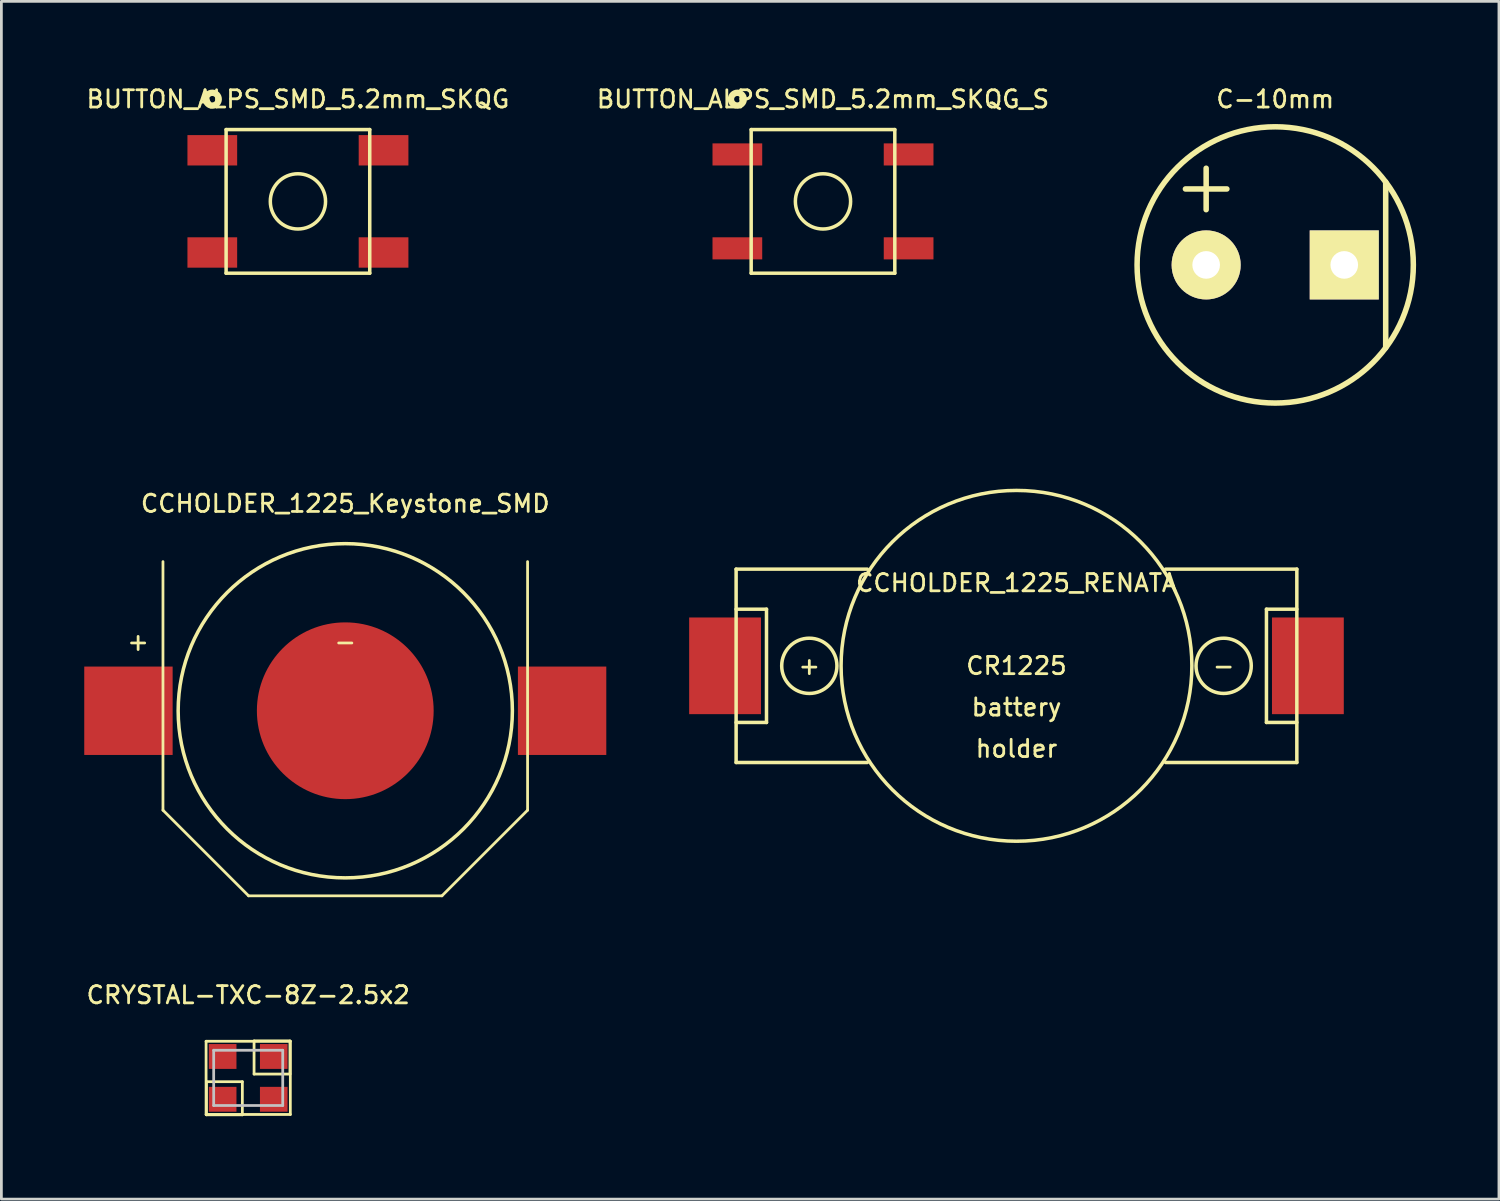
<source format=kicad_pcb>
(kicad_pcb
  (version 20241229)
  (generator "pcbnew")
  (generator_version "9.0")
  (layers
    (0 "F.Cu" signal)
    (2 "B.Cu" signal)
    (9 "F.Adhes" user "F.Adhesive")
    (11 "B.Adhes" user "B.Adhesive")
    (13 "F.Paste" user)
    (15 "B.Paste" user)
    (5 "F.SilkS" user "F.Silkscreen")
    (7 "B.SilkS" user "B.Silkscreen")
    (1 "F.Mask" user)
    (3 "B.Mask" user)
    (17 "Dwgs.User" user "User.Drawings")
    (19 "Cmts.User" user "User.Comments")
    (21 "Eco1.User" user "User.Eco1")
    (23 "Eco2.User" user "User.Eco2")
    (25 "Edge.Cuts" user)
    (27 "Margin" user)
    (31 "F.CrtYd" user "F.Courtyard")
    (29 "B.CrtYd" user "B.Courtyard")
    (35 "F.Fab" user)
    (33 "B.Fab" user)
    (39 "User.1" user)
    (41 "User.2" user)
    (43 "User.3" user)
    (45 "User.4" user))
  (footprint "BUTTON_ALPS_SMD_5.2mm_SKQG_S"
    (layer "F.Cu")
    (at 26.745 4.241)
    (property "Reference" "BUTTON_ALPS_SMD_5.2mm_SKQG_S" (at 0 -3.7 0) (layer "F.SilkS") (effects (font (size 0.625 0.625) (thickness 0.1))))
    (attr through_hole)
    (fp_line (start -2.6 -2.6) (end 2.6 -2.6) (stroke (width 0.127) (type solid)) (layer "F.SilkS"))
    (fp_line (start -2.6 2.6) (end -2.6 -2.6) (stroke (width 0.127) (type solid)) (layer "F.SilkS"))
    (fp_line (start 2.6 -2.6) (end 2.6 2.6) (stroke (width 0.127) (type solid)) (layer "F.SilkS"))
    (fp_line (start 2.6 2.6) (end -2.6 2.6) (stroke (width 0.127) (type solid)) (layer "F.SilkS"))
    (fp_circle (center -3.1 -3.7) (end -2.936 -3.536) (stroke (width 0.231) (type solid)) (fill no) (layer "F.SilkS"))
    (fp_circle (center 0 0) (end 0.707 0.707) (stroke (width 0.127) (type solid)) (fill no) (layer "F.SilkS"))
    (pad "1" smd rect (at -3.1 -1.7 180) (size 1.8 0.8) (layers "F.Cu" "F.Mask" "F.Paste"))
    (pad "2" smd rect (at -3.1 1.7 180) (size 1.8 0.8) (layers "F.Cu" "F.Mask" "F.Paste"))
    (pad "3" smd rect (at 3.1 1.7) (size 1.8 0.8) (layers "F.Cu" "F.Mask" "F.Paste"))
    (pad "4" smd rect (at 3.1 -1.7) (size 1.8 0.8) (layers "F.Cu" "F.Mask" "F.Paste")))
  (footprint "BUTTON_ALPS_SMD_5.2mm_SKQG"
    (layer "F.Cu")
    (at 7.736 4.241)
    (property "Reference" "BUTTON_ALPS_SMD_5.2mm_SKQG" (at 0 -3.7 0) (layer "F.SilkS") (effects (font (size 0.625 0.625) (thickness 0.1))))
    (attr through_hole)
    (fp_line (start -2.6 -2.6) (end 2.6 -2.6) (stroke (width 0.127) (type solid)) (layer "F.SilkS"))
    (fp_line (start -2.6 2.6) (end -2.6 -2.6) (stroke (width 0.127) (type solid)) (layer "F.SilkS"))
    (fp_line (start 2.6 -2.6) (end 2.6 2.6) (stroke (width 0.127) (type solid)) (layer "F.SilkS"))
    (fp_line (start 2.6 2.6) (end -2.6 2.6) (stroke (width 0.127) (type solid)) (layer "F.SilkS"))
    (fp_circle (center -3.1 -3.7) (end -2.936 -3.536) (stroke (width 0.231) (type solid)) (fill no) (layer "F.SilkS"))
    (fp_circle (center 0 0) (end 0.707 0.707) (stroke (width 0.127) (type solid)) (fill no) (layer "F.SilkS"))
    (pad "1" smd rect (at -3.1 -1.85) (size 1.8 1.1) (layers "F.Cu" "F.Mask" "F.Paste"))
    (pad "2" smd rect (at -3.1 1.85) (size 1.8 1.1) (layers "F.Cu" "F.Mask" "F.Paste"))
    (pad "3" smd rect (at 3.1 -1.85) (size 1.8 1.1) (layers "F.Cu" "F.Mask" "F.Paste"))
    (pad "4" smd rect (at 3.1 1.85) (size 1.8 1.1) (layers "F.Cu" "F.Mask" "F.Paste")))
  (footprint "CRYSTAL-TXC-8Z-2.5x2"
    (layer "F.Cu")
    (at 5.936 35.973)
    (property "Reference" "CRYSTAL-TXC-8Z-2.5x2" (at 0 -3 0) (layer "F.SilkS") (effects (font (size 0.625 0.625) (thickness 0.1))))
    (attr through_hole)
    (fp_line (start -1.525 -1.325) (end -1.525 1.325) (stroke (width 0.1) (type solid)) (layer "F.SilkS"))
    (fp_line (start -1.525 1.325) (end 1.525 1.325) (stroke (width 0.1) (type solid)) (layer "F.SilkS"))
    (fp_line (start -1.512 0.138) (end -1.512 1.337) (stroke (width 0.1) (type solid)) (layer "F.SilkS"))
    (fp_line (start -1.512 1.337) (end -0.212 1.337) (stroke (width 0.1) (type solid)) (layer "F.SilkS"))
    (fp_line (start -0.212 0.138) (end -1.512 0.138) (stroke (width 0.1) (type solid)) (layer "F.SilkS"))
    (fp_line (start -0.212 1.337) (end -0.212 0.138) (stroke (width 0.1) (type solid)) (layer "F.SilkS"))
    (fp_line (start 0.212 -1.337) (end 0.212 -0.138) (stroke (width 0.1) (type solid)) (layer "F.SilkS"))
    (fp_line (start 0.212 -0.138) (end 1.512 -0.138) (stroke (width 0.1) (type solid)) (layer "F.SilkS"))
    (fp_line (start 1.512 -1.337) (end 0.212 -1.337) (stroke (width 0.1) (type solid)) (layer "F.SilkS"))
    (fp_line (start 1.512 -0.138) (end 1.512 -1.337) (stroke (width 0.1) (type solid)) (layer "F.SilkS"))
    (fp_line (start 1.525 -1.325) (end -1.525 -1.325) (stroke (width 0.1) (type solid)) (layer "F.SilkS"))
    (fp_line (start 1.525 1.325) (end 1.525 -1.325) (stroke (width 0.1) (type solid)) (layer "F.SilkS"))
    (fp_line (start -1.25 -1) (end -1.25 1) (stroke (width 0.1) (type solid)) (layer "Dwgs.User"))
    (fp_line (start -1.25 1) (end 1.25 1) (stroke (width 0.1) (type solid)) (layer "Dwgs.User"))
    (fp_line (start 1.25 -1) (end -1.25 -1) (stroke (width 0.1) (type solid)) (layer "Dwgs.User"))
    (fp_line (start 1.25 1) (end 1.25 -1) (stroke (width 0.1) (type solid)) (layer "Dwgs.User"))
    (pad "1" smd rect (at -0.925 0.775 270) (size 0.9 1) (layers "F.Cu" "F.Mask" "F.Paste"))
    (pad "2" smd rect (at 0.925 0.775 270) (size 0.9 1) (layers "F.Cu" "F.Mask" "F.Paste"))
    (pad "3" smd rect (at 0.925 -0.775 90) (size 0.9 1) (layers "F.Cu" "F.Mask" "F.Paste"))
    (pad "4" smd rect (at -0.925 -0.775 90) (size 0.9 1) (layers "F.Cu" "F.Mask" "F.Paste")))
  (footprint "C-10mm"
    (layer "F.Cu")
    (at 43.117 6.541)
    (property "Reference" "C-10mm" (at 0 -6 0) (layer "F.SilkS") (effects (font (size 0.625 0.625) (thickness 0.1))))
    (attr through_hole)
    (fp_line (start -3.25 -2.75) (end -1.75 -2.75) (stroke (width 0.2) (type solid)) (layer "F.SilkS"))
    (fp_line (start -2.5 -2) (end -2.5 -3.5) (stroke (width 0.2) (type solid)) (layer "F.SilkS"))
    (fp_line (start 4 -3) (end 4 3) (stroke (width 0.2) (type solid)) (layer "F.SilkS"))
    (fp_circle (center 0 0) (end 3.536 3.536) (stroke (width 0.2) (type solid)) (fill no) (layer "F.SilkS"))
    (pad "1" thru_hole circle (at -2.5 0) (size 2.5 2.5) (drill 1) (layers "*.Cu" "*.Mask" "F.SilkS"))
    (pad "2" thru_hole rect (at 2.5 0) (size 2.5 2.5) (drill 1) (layers "*.Cu" "*.Mask" "F.SilkS")))
  (footprint "CCHOLDER_1225_Keystone_SMD"
    (layer "F.Cu")
    (at 9.45 22.682)
    (property "Reference" "CCHOLDER_1225_Keystone_SMD" (at 0 -7.5 0) (layer "F.SilkS") (effects (font (size 0.625 0.625) (thickness 0.1))))
    (attr through_hole)
    (fp_circle (center 0 0) (end 2.086 2.086) (stroke (width 2.95) (type solid)) (fill no) (layer "F.Mask"))
    (fp_line (start -6.6 -5.4) (end -6.6 3.6) (stroke (width 0.1) (type solid)) (layer "F.SilkS"))
    (fp_line (start -6.6 3.6) (end -3.5 6.7) (stroke (width 0.1) (type solid)) (layer "F.SilkS"))
    (fp_line (start -3.5 6.7) (end 3.5 6.7) (stroke (width 0.1) (type solid)) (layer "F.SilkS"))
    (fp_line (start 6.6 -5.4) (end 6.6 3.6) (stroke (width 0.1) (type solid)) (layer "F.SilkS"))
    (fp_line (start 6.6 3.6) (end 3.5 6.7) (stroke (width 0.1) (type solid)) (layer "F.SilkS"))
    (fp_circle (center 0 0) (end 4.278 4.278) (stroke (width 0.127) (type solid)) (fill no) (layer "F.SilkS"))
    (fp_text user "+" (at -7.5 -2.5 0) (layer "F.SilkS") (effects (font (size 0.625 0.625) (thickness 0.1))))
    (fp_text user "-" (at 0 -2.5 0) (layer "F.SilkS") (effects (font (size 0.625 0.625) (thickness 0.1))))
    (pad "1" smd rect (at -7.85 0) (size 3.2 3.2) (layers "F.Cu" "F.Mask" "F.Paste"))
    (pad "2" smd circle (at 0 0) (size 6.4 6.4) (layers "F.Cu" "F.Mask" "F.Paste"))
    (pad "3" smd rect (at 7.85 0) (size 3.2 3.2) (layers "F.Cu" "F.Mask" "F.Paste")))
  (footprint "CCHOLDER_1225_RENATA"
    (layer "F.Cu")
    (at 33.75 21.055)
    (property "Reference" "CCHOLDER_1225_RENATA" (at 0 -3 0) (layer "F.SilkS") (effects (font (size 0.625 0.625) (thickness 0.1))))
    (attr through_hole)
    (fp_line (start -10.15 -3.5) (end -10.15 3.5) (stroke (width 0.127) (type solid)) (layer "F.SilkS"))
    (fp_line (start -10.15 -3.5) (end -5.4 -3.5) (stroke (width 0.127) (type solid)) (layer "F.SilkS"))
    (fp_line (start -10.15 -2.05) (end -9.05 -2.05) (stroke (width 0.127) (type solid)) (layer "F.SilkS"))
    (fp_line (start -10.15 2.05) (end -9.05 2.05) (stroke (width 0.127) (type solid)) (layer "F.SilkS"))
    (fp_line (start -10.15 3.5) (end -5.4 3.5) (stroke (width 0.127) (type solid)) (layer "F.SilkS"))
    (fp_line (start -9.05 2.05) (end -9.05 -2.05) (stroke (width 0.127) (type solid)) (layer "F.SilkS"))
    (fp_line (start 9.05 2.05) (end 9.05 -2.05) (stroke (width 0.127) (type solid)) (layer "F.SilkS"))
    (fp_line (start 10.15 -3.5) (end 5.4 -3.5) (stroke (width 0.127) (type solid)) (layer "F.SilkS"))
    (fp_line (start 10.15 -3.5) (end 10.15 3.5) (stroke (width 0.127) (type solid)) (layer "F.SilkS"))
    (fp_line (start 10.15 -2.05) (end 9.05 -2.05) (stroke (width 0.127) (type solid)) (layer "F.SilkS"))
    (fp_line (start 10.15 2.05) (end 9.05 2.05) (stroke (width 0.127) (type solid)) (layer "F.SilkS"))
    (fp_line (start 10.15 3.5) (end 5.4 3.5) (stroke (width 0.127) (type solid)) (layer "F.SilkS"))
    (fp_circle (center -7.5 0) (end -6.793 0.707) (stroke (width 0.127) (type solid)) (fill no) (layer "F.SilkS"))
    (fp_circle (center 0 0) (end 4.49 4.49) (stroke (width 0.127) (type solid)) (fill no) (layer "F.SilkS"))
    (fp_circle (center 7.5 0) (end 8.207 0.707) (stroke (width 0.127) (type solid)) (fill no) (layer "F.SilkS"))
    (fp_text user "battery" (at 0 1.5 0) (layer "F.SilkS") (effects (font (size 0.625 0.625) (thickness 0.1))))
    (fp_text user "CR1225" (at 0 0 0) (layer "F.SilkS") (effects (font (size 0.625 0.625) (thickness 0.1))))
    (fp_text user "-" (at 7.5 0 0) (layer "F.SilkS") (effects (font (size 0.625 0.625) (thickness 0.1))))
    (fp_text user "+" (at -7.5 0 0) (layer "F.SilkS") (effects (font (size 0.625 0.625) (thickness 0.1))))
    (fp_text user "holder" (at 0 3 0) (layer "F.SilkS") (effects (font (size 0.625 0.625) (thickness 0.1))))
    (pad "1" smd rect (at -10.55 0) (size 2.6 3.5) (layers "F.Cu" "F.Mask" "F.Paste"))
    (pad "2" smd rect (at 10.55 0) (size 2.6 3.5) (layers "F.Cu" "F.Mask" "F.Paste")))
  (gr_rect
    (start -3 -3)
    (end 51.217 40.361)
    (stroke (width 0.1) (type default))
    (fill no)
    (layer "Edge.Cuts")))
</source>
